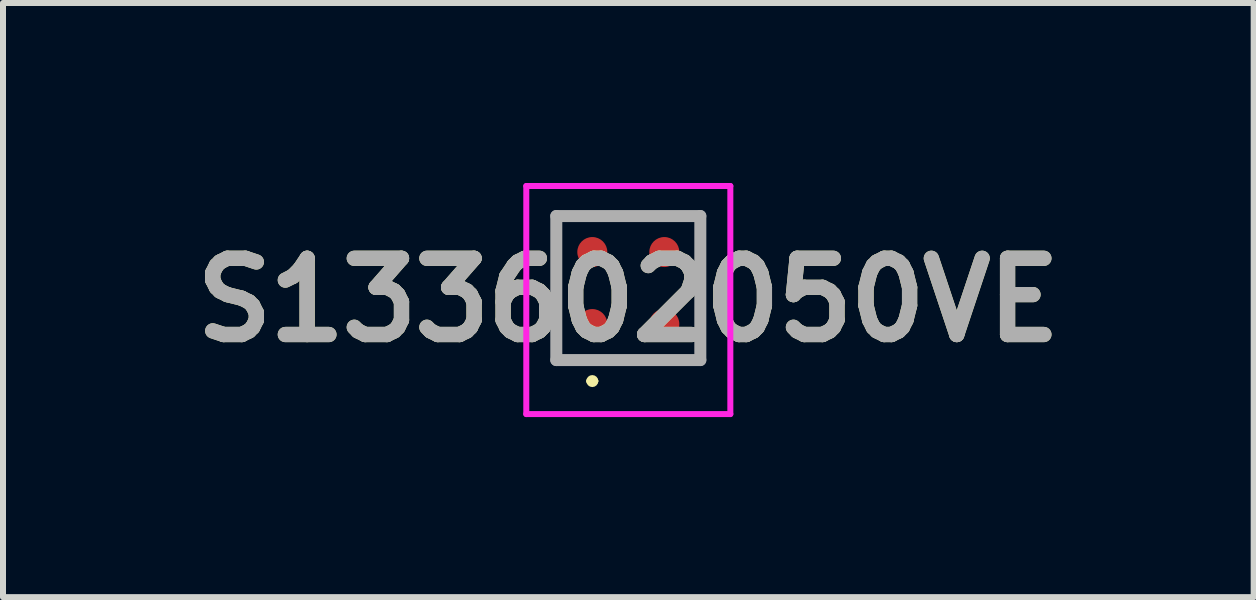
<source format=kicad_pcb>
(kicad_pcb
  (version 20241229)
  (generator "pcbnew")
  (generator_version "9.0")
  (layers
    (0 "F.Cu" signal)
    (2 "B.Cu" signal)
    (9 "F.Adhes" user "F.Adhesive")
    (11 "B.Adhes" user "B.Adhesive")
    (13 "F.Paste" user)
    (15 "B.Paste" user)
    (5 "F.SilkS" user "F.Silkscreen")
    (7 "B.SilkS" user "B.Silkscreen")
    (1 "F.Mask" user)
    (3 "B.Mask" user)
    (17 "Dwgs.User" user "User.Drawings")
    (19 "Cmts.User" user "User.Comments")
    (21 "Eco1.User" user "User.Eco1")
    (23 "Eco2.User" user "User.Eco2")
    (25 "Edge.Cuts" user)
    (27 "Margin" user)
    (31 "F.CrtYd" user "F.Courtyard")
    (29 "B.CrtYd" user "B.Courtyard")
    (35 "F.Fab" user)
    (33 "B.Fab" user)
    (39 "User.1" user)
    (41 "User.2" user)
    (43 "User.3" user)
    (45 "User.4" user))
  (footprint "S133602050VE"
    (layer "F.Cu")
    (at 7.42 1.75)
    (property "Reference" "S133602050VE" (at 0 0.2 0) (layer "F.SilkS") (effects (font (size 1.27 1.27) (thickness 0.254))))
    (attr smd)
    (fp_line (start -1.2 -1.2) (end 1.2 -1.2) (stroke (width 0.1) (type solid)) (layer "F.SilkS"))
    (fp_line (start -1.2 1.2) (end -1.2 -1.2) (stroke (width 0.1) (type solid)) (layer "F.SilkS"))
    (fp_line (start -0.65 1.55) (end -0.65 1.55) (stroke (width 0.1) (type solid)) (layer "F.SilkS"))
    (fp_line (start -0.55 1.55) (end -0.55 1.55) (stroke (width 0.1) (type solid)) (layer "F.SilkS"))
    (fp_line (start 1.2 -1.2) (end 1.2 1.2) (stroke (width 0.1) (type solid)) (layer "F.SilkS"))
    (fp_line (start 1.2 1.2) (end -1.2 1.2) (stroke (width 0.1) (type solid)) (layer "F.SilkS"))
    (fp_arc (start -0.65 1.55) (mid -0.6 1.5) (end -0.55 1.55) (stroke (width 0.1) (type solid)) (layer "F.SilkS"))
    (fp_arc (start -0.55 1.55) (mid -0.6 1.6) (end -0.65 1.55) (stroke (width 0.1) (type solid)) (layer "F.SilkS"))
    (fp_line (start -1.7 -1.7) (end 1.7 -1.7) (stroke (width 0.1) (type solid)) (layer "F.CrtYd"))
    (fp_line (start -1.7 2.1) (end -1.7 -1.7) (stroke (width 0.1) (type solid)) (layer "F.CrtYd"))
    (fp_line (start 1.7 -1.7) (end 1.7 2.1) (stroke (width 0.1) (type solid)) (layer "F.CrtYd"))
    (fp_line (start 1.7 2.1) (end -1.7 2.1) (stroke (width 0.1) (type solid)) (layer "F.CrtYd"))
    (fp_line (start -1.2 -1.2) (end 1.2 -1.2) (stroke (width 0.2) (type solid)) (layer "F.Fab"))
    (fp_line (start -1.2 1.2) (end -1.2 -1.2) (stroke (width 0.2) (type solid)) (layer "F.Fab"))
    (fp_line (start 1.2 -1.2) (end 1.2 1.2) (stroke (width 0.2) (type solid)) (layer "F.Fab"))
    (fp_line (start 1.2 1.2) (end -1.2 1.2) (stroke (width 0.2) (type solid)) (layer "F.Fab"))
    (fp_text user "${REFERENCE}" (at 0 0.2 0) (layer "F.Fab") (effects (font (size 1.27 1.27) (thickness 0.254))))
    (pad "1" smd circle (at -0.6 0.6 90) (size 0.5 0.5) (layers "F.Cu" "F.Mask" "F.Paste"))
    (pad "2" smd circle (at 0.6 0.6 90) (size 0.5 0.5) (layers "F.Cu" "F.Mask" "F.Paste"))
    (pad "3" smd circle (at 0.6 -0.6 90) (size 0.5 0.5) (layers "F.Cu" "F.Mask" "F.Paste"))
    (pad "4" smd circle (at -0.6 -0.6 90) (size 0.5 0.5) (layers "F.Cu" "F.Mask" "F.Paste")))
  (gr_rect
    (start -3 -3)
    (end 17.841 6.9)
    (stroke (width 0.1) (type default))
    (fill no)
    (layer "Edge.Cuts")))
</source>
